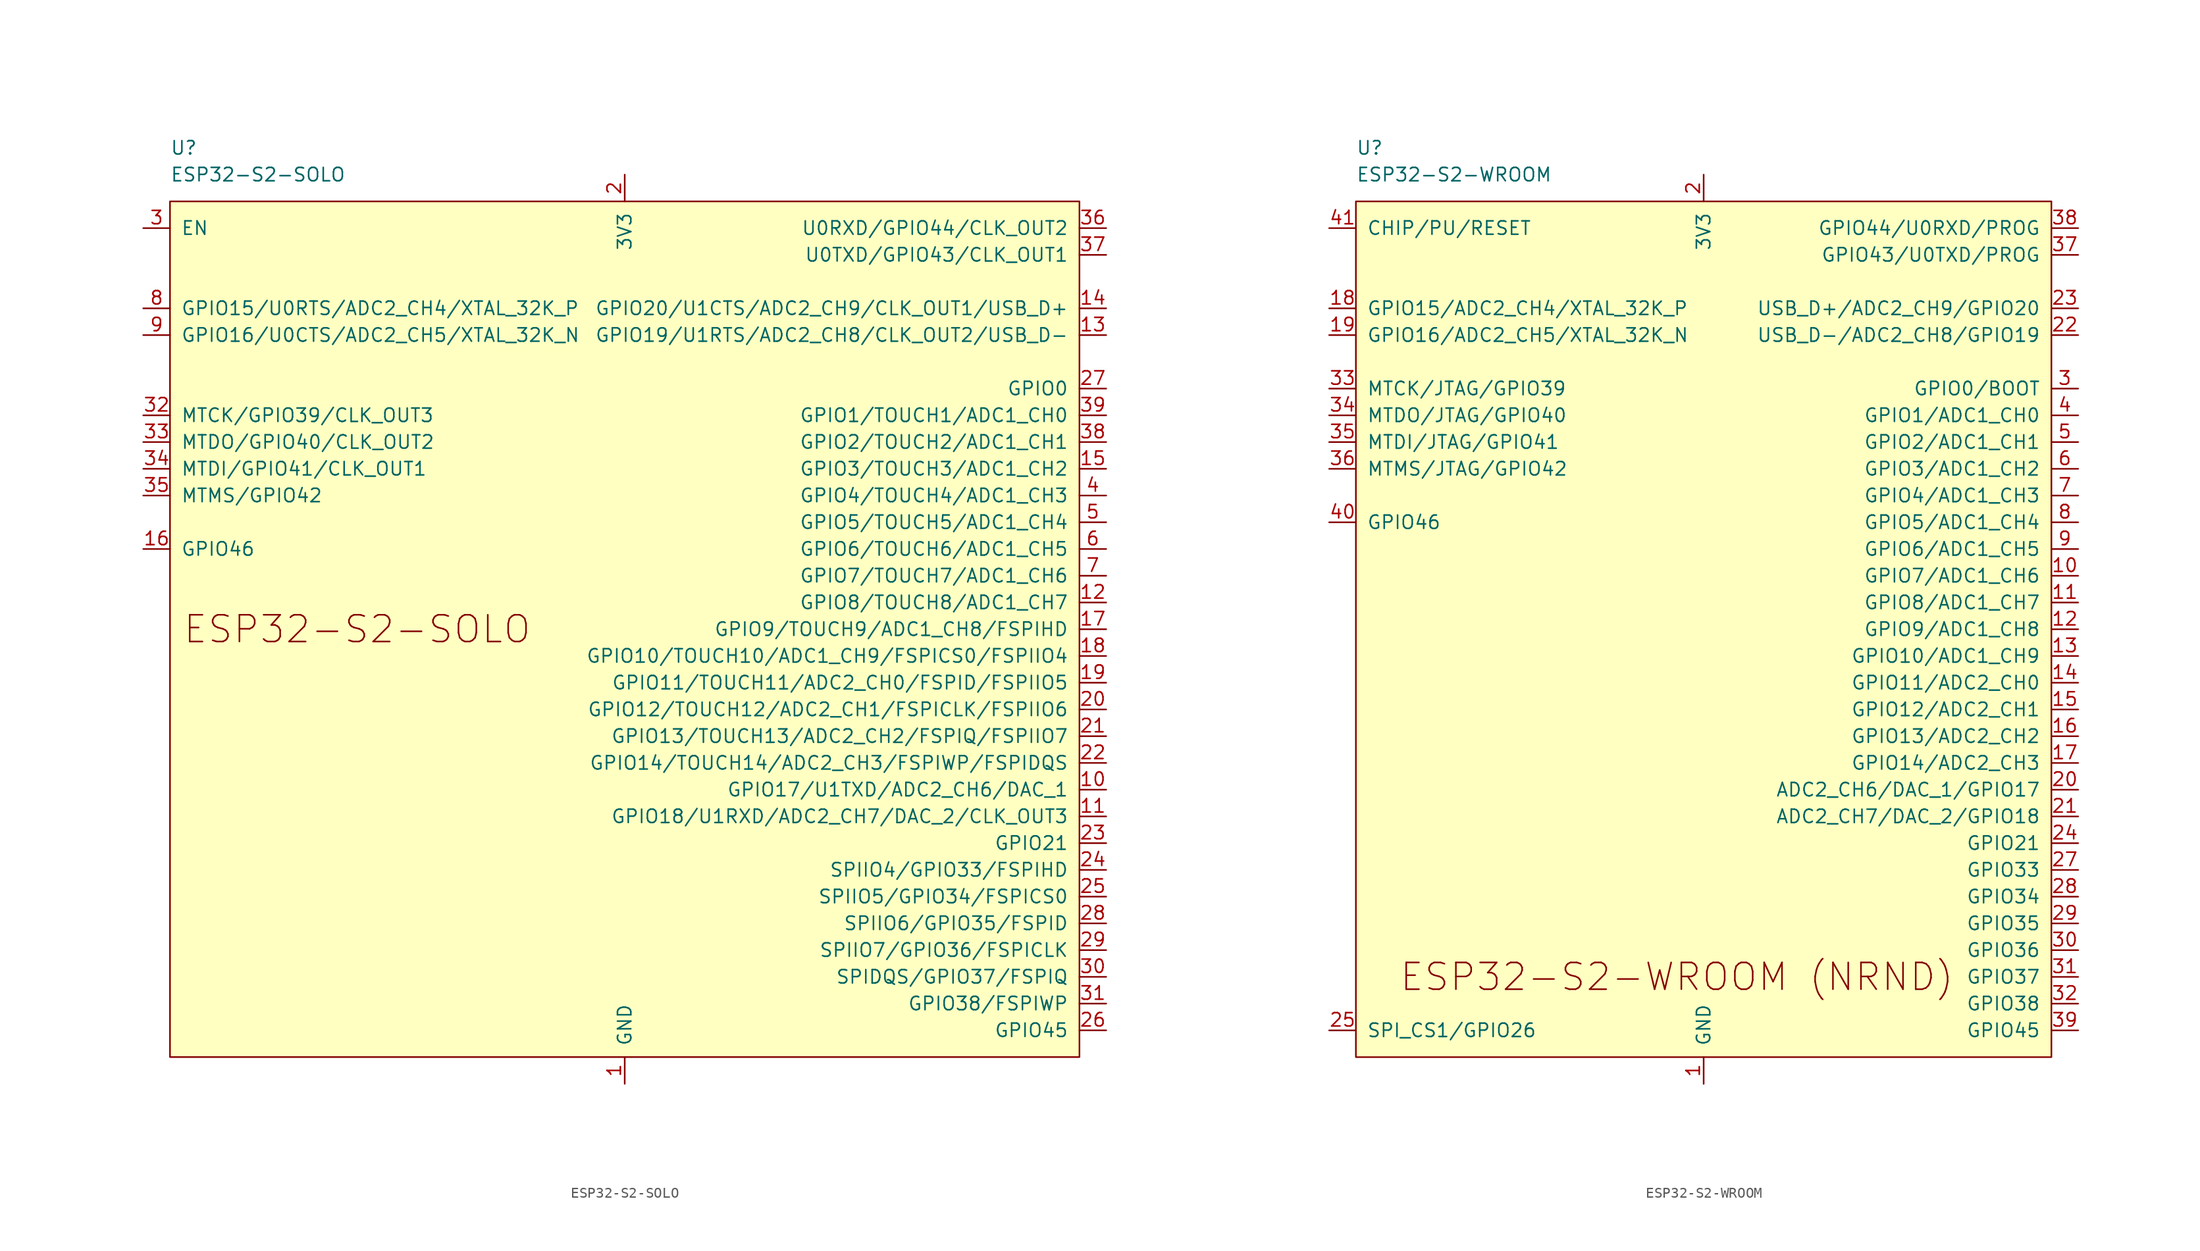
<source format=kicad_sym>
(kicad_symbol_lib
  (version 20241209)
  (generator "kicad_symbol_editor")
  (generator_version "9.0")
  (symbol "ESP32-S2-SOLO"
    (pin_names
      (offset 1.016))
    (property "Reference" "U"
      (at -43.18 45.72 0)
      (effects (font (size 1.27 1.27)) (justify left)))
    (property "Value" "ESP32-S2-SOLO"
      (at -43.18 43.18 0)
      (effects (font (size 1.27 1.27)) (justify left)))
    (symbol "ESP32-S2-SOLO_0_1"
      (rectangle (start -43.18 40.64) (end 43.18 -40.64) (stroke (width 0) (type default)) (fill (type background))))
    (symbol "ESP32-S2-SOLO_1_1"
      (text "ESP32-S2-SOLO" (at -25.4 0 0) (effects (font (size 2.54 2.54))))
      (pin bidirectional line (at -45.72 38.1 0) (length 2.54) (name "EN" (effects (font (size 1.27 1.27)))) (number "3" (effects (font (size 1.27 1.27)))))
      (pin bidirectional line (at -45.72 30.48 0) (length 2.54) (name "GPIO15/U0RTS/ADC2_CH4/XTAL_32K_P" (effects (font (size 1.27 1.27)))) (number "8" (effects (font (size 1.27 1.27)))))
      (pin bidirectional line (at -45.72 27.94 0) (length 2.54) (name "GPIO16/U0CTS/ADC2_CH5/XTAL_32K_N" (effects (font (size 1.27 1.27)))) (number "9" (effects (font (size 1.27 1.27)))))
      (pin bidirectional line (at -45.72 20.32 0) (length 2.54) (name "MTCK/GPIO39/CLK_OUT3" (effects (font (size 1.27 1.27)))) (number "32" (effects (font (size 1.27 1.27)))))
      (pin bidirectional line (at -45.72 17.78 0) (length 2.54) (name "MTDO/GPIO40/CLK_OUT2" (effects (font (size 1.27 1.27)))) (number "33" (effects (font (size 1.27 1.27)))))
      (pin bidirectional line (at -45.72 15.24 0) (length 2.54) (name "MTDI/GPIO41/CLK_OUT1" (effects (font (size 1.27 1.27)))) (number "34" (effects (font (size 1.27 1.27)))))
      (pin bidirectional line (at -45.72 12.7 0) (length 2.54) (name "MTMS/GPIO42" (effects (font (size 1.27 1.27)))) (number "35" (effects (font (size 1.27 1.27)))))
      (pin input line (at -45.72 7.62 0) (length 2.54) (name "GPIO46" (effects (font (size 1.27 1.27)))) (number "16" (effects (font (size 1.27 1.27)))))
      (pin power_in line (at 0 43.18 270) (length 2.54) (name "3V3" (effects (font (size 1.27 1.27)))) (number "2" (effects (font (size 1.27 1.27)))))
      (pin power_in line (at 0 -43.18 90) (length 2.54) (name "GND" (effects (font (size 1.27 1.27)))) (number "1" (effects (font (size 1.27 1.27)))))
      (pin passive line (at 0 -43.18 90) (length 2.54) (hide yes) (name "GND" (effects (font (size 1.27 1.27)))) (number "40" (effects (font (size 1.27 1.27)))))
      (pin passive line (at 0 -43.18 90) (length 2.54) (hide yes) (name "GND" (effects (font (size 1.27 1.27)))) (number "41" (effects (font (size 1.27 1.27)))))
      (pin bidirectional line (at 45.72 38.1 180) (length 2.54) (name "U0RXD/GPIO44/CLK_OUT2" (effects (font (size 1.27 1.27)))) (number "36" (effects (font (size 1.27 1.27)))))
      (pin bidirectional line (at 45.72 35.56 180) (length 2.54) (name "U0TXD/GPIO43/CLK_OUT1" (effects (font (size 1.27 1.27)))) (number "37" (effects (font (size 1.27 1.27)))))
      (pin bidirectional line (at 45.72 30.48 180) (length 2.54) (name "GPIO20/U1CTS/ADC2_CH9/CLK_OUT1/USB_D+" (effects (font (size 1.27 1.27)))) (number "14" (effects (font (size 1.27 1.27)))))
      (pin bidirectional line (at 45.72 27.94 180) (length 2.54) (name "GPIO19/U1RTS/ADC2_CH8/CLK_OUT2/USB_D-" (effects (font (size 1.27 1.27)))) (number "13" (effects (font (size 1.27 1.27)))))
      (pin bidirectional line (at 45.72 22.86 180) (length 2.54) (name "GPIO0" (effects (font (size 1.27 1.27)))) (number "27" (effects (font (size 1.27 1.27)))))
      (pin bidirectional line (at 45.72 20.32 180) (length 2.54) (name "GPIO1/TOUCH1/ADC1_CH0" (effects (font (size 1.27 1.27)))) (number "39" (effects (font (size 1.27 1.27)))))
      (pin bidirectional line (at 45.72 17.78 180) (length 2.54) (name "GPIO2/TOUCH2/ADC1_CH1" (effects (font (size 1.27 1.27)))) (number "38" (effects (font (size 1.27 1.27)))))
      (pin bidirectional line (at 45.72 15.24 180) (length 2.54) (name "GPIO3/TOUCH3/ADC1_CH2" (effects (font (size 1.27 1.27)))) (number "15" (effects (font (size 1.27 1.27)))))
      (pin bidirectional line (at 45.72 12.7 180) (length 2.54) (name "GPIO4/TOUCH4/ADC1_CH3" (effects (font (size 1.27 1.27)))) (number "4" (effects (font (size 1.27 1.27)))))
      (pin bidirectional line (at 45.72 10.16 180) (length 2.54) (name "GPIO5/TOUCH5/ADC1_CH4" (effects (font (size 1.27 1.27)))) (number "5" (effects (font (size 1.27 1.27)))))
      (pin bidirectional line (at 45.72 7.62 180) (length 2.54) (name "GPIO6/TOUCH6/ADC1_CH5" (effects (font (size 1.27 1.27)))) (number "6" (effects (font (size 1.27 1.27)))))
      (pin bidirectional line (at 45.72 5.08 180) (length 2.54) (name "GPIO7/TOUCH7/ADC1_CH6" (effects (font (size 1.27 1.27)))) (number "7" (effects (font (size 1.27 1.27)))))
      (pin bidirectional line (at 45.72 2.54 180) (length 2.54) (name "GPIO8/TOUCH8/ADC1_CH7" (effects (font (size 1.27 1.27)))) (number "12" (effects (font (size 1.27 1.27)))))
      (pin bidirectional line (at 45.72 0 180) (length 2.54) (name "GPIO9/TOUCH9/ADC1_CH8/FSPIHD" (effects (font (size 1.27 1.27)))) (number "17" (effects (font (size 1.27 1.27)))))
      (pin bidirectional line (at 45.72 -2.54 180) (length 2.54) (name "GPIO10/TOUCH10/ADC1_CH9/FSPICS0/FSPIIO4" (effects (font (size 1.27 1.27)))) (number "18" (effects (font (size 1.27 1.27)))))
      (pin bidirectional line (at 45.72 -5.08 180) (length 2.54) (name "GPIO11/TOUCH11/ADC2_CH0/FSPID/FSPIIO5" (effects (font (size 1.27 1.27)))) (number "19" (effects (font (size 1.27 1.27)))))
      (pin bidirectional line (at 45.72 -7.62 180) (length 2.54) (name "GPIO12/TOUCH12/ADC2_CH1/FSPICLK/FSPIIO6" (effects (font (size 1.27 1.27)))) (number "20" (effects (font (size 1.27 1.27)))))
      (pin bidirectional line (at 45.72 -10.16 180) (length 2.54) (name "GPIO13/TOUCH13/ADC2_CH2/FSPIQ/FSPIIO7" (effects (font (size 1.27 1.27)))) (number "21" (effects (font (size 1.27 1.27)))))
      (pin bidirectional line (at 45.72 -12.7 180) (length 2.54) (name "GPIO14/TOUCH14/ADC2_CH3/FSPIWP/FSPIDQS" (effects (font (size 1.27 1.27)))) (number "22" (effects (font (size 1.27 1.27)))))
      (pin bidirectional line (at 45.72 -15.24 180) (length 2.54) (name "GPIO17/U1TXD/ADC2_CH6/DAC_1" (effects (font (size 1.27 1.27)))) (number "10" (effects (font (size 1.27 1.27)))))
      (pin bidirectional line (at 45.72 -17.78 180) (length 2.54) (name "GPIO18/U1RXD/ADC2_CH7/DAC_2/CLK_OUT3" (effects (font (size 1.27 1.27)))) (number "11" (effects (font (size 1.27 1.27)))))
      (pin bidirectional line (at 45.72 -20.32 180) (length 2.54) (name "GPIO21" (effects (font (size 1.27 1.27)))) (number "23" (effects (font (size 1.27 1.27)))))
      (pin bidirectional line (at 45.72 -22.86 180) (length 2.54) (name "SPIIO4/GPIO33/FSPIHD" (effects (font (size 1.27 1.27)))) (number "24" (effects (font (size 1.27 1.27)))))
      (pin bidirectional line (at 45.72 -25.4 180) (length 2.54) (name "SPIIO5/GPIO34/FSPICS0" (effects (font (size 1.27 1.27)))) (number "25" (effects (font (size 1.27 1.27)))))
      (pin bidirectional line (at 45.72 -27.94 180) (length 2.54) (name "SPIIO6/GPIO35/FSPID" (effects (font (size 1.27 1.27)))) (number "28" (effects (font (size 1.27 1.27)))))
      (pin bidirectional line (at 45.72 -30.48 180) (length 2.54) (name "SPIIO7/GPIO36/FSPICLK" (effects (font (size 1.27 1.27)))) (number "29" (effects (font (size 1.27 1.27)))))
      (pin bidirectional line (at 45.72 -33.02 180) (length 2.54) (name "SPIDQS/GPIO37/FSPIQ" (effects (font (size 1.27 1.27)))) (number "30" (effects (font (size 1.27 1.27)))))
      (pin bidirectional line (at 45.72 -35.56 180) (length 2.54) (name "GPIO38/FSPIWP" (effects (font (size 1.27 1.27)))) (number "31" (effects (font (size 1.27 1.27)))))
      (pin bidirectional line (at 45.72 -38.1 180) (length 2.54) (name "GPIO45" (effects (font (size 1.27 1.27)))) (number "26" (effects (font (size 1.27 1.27)))))))
  (symbol "ESP32-S2-WROOM"
    (pin_names
      (offset 1.016))
    (property "Reference" "U"
      (at -33.02 45.72 0)
      (effects (font (size 1.27 1.27)) (justify left)))
    (property "Value" "ESP32-S2-WROOM"
      (at -33.02 43.18 0)
      (effects (font (size 1.27 1.27)) (justify left)))
    (symbol "ESP32-S2-WROOM_0_0"
      (pin passive line (at 0 -43.18 90) (length 2.54) (hide yes) (name "GND" (effects (font (size 1.27 1.27)))) (number "43" (effects (font (size 1.27 1.27))))))
    (symbol "ESP32-S2-WROOM_0_1"
      (rectangle (start -33.02 40.64) (end 33.02 -40.64) (stroke (width 0) (type default)) (fill (type background))))
    (symbol "ESP32-S2-WROOM_1_1"
      (text "ESP32-S2-WROOM (NRND)" (at -2.54 -33.02 0) (effects (font (size 2.54 2.54))))
      (pin input line (at -35.56 38.1 0) (length 2.54) (name "CHIP/PU/RESET" (effects (font (size 1.27 1.27)))) (number "41" (effects (font (size 1.27 1.27)))))
      (pin bidirectional line (at -35.56 30.48 0) (length 2.54) (name "GPIO15/ADC2_CH4/XTAL_32K_P" (effects (font (size 1.27 1.27)))) (number "18" (effects (font (size 1.27 1.27)))))
      (pin bidirectional line (at -35.56 27.94 0) (length 2.54) (name "GPIO16/ADC2_CH5/XTAL_32K_N" (effects (font (size 1.27 1.27)))) (number "19" (effects (font (size 1.27 1.27)))))
      (pin bidirectional line (at -35.56 22.86 0) (length 2.54) (name "MTCK/JTAG/GPIO39" (effects (font (size 1.27 1.27)))) (number "33" (effects (font (size 1.27 1.27)))))
      (pin bidirectional line (at -35.56 20.32 0) (length 2.54) (name "MTDO/JTAG/GPIO40" (effects (font (size 1.27 1.27)))) (number "34" (effects (font (size 1.27 1.27)))))
      (pin bidirectional line (at -35.56 17.78 0) (length 2.54) (name "MTDI/JTAG/GPIO41" (effects (font (size 1.27 1.27)))) (number "35" (effects (font (size 1.27 1.27)))))
      (pin bidirectional line (at -35.56 15.24 0) (length 2.54) (name "MTMS/JTAG/GPIO42" (effects (font (size 1.27 1.27)))) (number "36" (effects (font (size 1.27 1.27)))))
      (pin input line (at -35.56 10.16 0) (length 2.54) (name "GPIO46" (effects (font (size 1.27 1.27)))) (number "40" (effects (font (size 1.27 1.27)))))
      (pin bidirectional line (at -35.56 -38.1 0) (length 2.54) (name "SPI_CS1/GPIO26" (effects (font (size 1.27 1.27)))) (number "25" (effects (font (size 1.27 1.27)))))
      (pin power_in line (at 0 43.18 270) (length 2.54) (name "3V3" (effects (font (size 1.27 1.27)))) (number "2" (effects (font (size 1.27 1.27)))))
      (pin power_in line (at 0 -43.18 90) (length 2.54) (name "GND" (effects (font (size 1.27 1.27)))) (number "1" (effects (font (size 1.27 1.27)))))
      (pin passive line (at 0 -43.18 90) (length 2.54) (hide yes) (name "GND" (effects (font (size 1.27 1.27)))) (number "26" (effects (font (size 1.27 1.27)))))
      (pin passive line (at 0 -43.18 90) (length 2.54) (hide yes) (name "GND" (effects (font (size 1.27 1.27)))) (number "42" (effects (font (size 1.27 1.27)))))
      (pin bidirectional line (at 35.56 38.1 180) (length 2.54) (name "GPIO44/U0RXD/PROG" (effects (font (size 1.27 1.27)))) (number "38" (effects (font (size 1.27 1.27)))))
      (pin bidirectional line (at 35.56 35.56 180) (length 2.54) (name "GPIO43/U0TXD/PROG" (effects (font (size 1.27 1.27)))) (number "37" (effects (font (size 1.27 1.27)))))
      (pin bidirectional line (at 35.56 30.48 180) (length 2.54) (name "USB_D+/ADC2_CH9/GPIO20" (effects (font (size 1.27 1.27)))) (number "23" (effects (font (size 1.27 1.27)))))
      (pin bidirectional line (at 35.56 27.94 180) (length 2.54) (name "USB_D-/ADC2_CH8/GPIO19" (effects (font (size 1.27 1.27)))) (number "22" (effects (font (size 1.27 1.27)))))
      (pin bidirectional line (at 35.56 22.86 180) (length 2.54) (name "GPIO0/BOOT" (effects (font (size 1.27 1.27)))) (number "3" (effects (font (size 1.27 1.27)))))
      (pin bidirectional line (at 35.56 20.32 180) (length 2.54) (name "GPIO1/ADC1_CH0" (effects (font (size 1.27 1.27)))) (number "4" (effects (font (size 1.27 1.27)))))
      (pin bidirectional line (at 35.56 17.78 180) (length 2.54) (name "GPIO2/ADC1_CH1" (effects (font (size 1.27 1.27)))) (number "5" (effects (font (size 1.27 1.27)))))
      (pin bidirectional line (at 35.56 15.24 180) (length 2.54) (name "GPIO3/ADC1_CH2" (effects (font (size 1.27 1.27)))) (number "6" (effects (font (size 1.27 1.27)))))
      (pin bidirectional line (at 35.56 12.7 180) (length 2.54) (name "GPIO4/ADC1_CH3" (effects (font (size 1.27 1.27)))) (number "7" (effects (font (size 1.27 1.27)))))
      (pin bidirectional line (at 35.56 10.16 180) (length 2.54) (name "GPIO5/ADC1_CH4" (effects (font (size 1.27 1.27)))) (number "8" (effects (font (size 1.27 1.27)))))
      (pin bidirectional line (at 35.56 7.62 180) (length 2.54) (name "GPIO6/ADC1_CH5" (effects (font (size 1.27 1.27)))) (number "9" (effects (font (size 1.27 1.27)))))
      (pin bidirectional line (at 35.56 5.08 180) (length 2.54) (name "GPIO7/ADC1_CH6" (effects (font (size 1.27 1.27)))) (number "10" (effects (font (size 1.27 1.27)))))
      (pin bidirectional line (at 35.56 2.54 180) (length 2.54) (name "GPIO8/ADC1_CH7" (effects (font (size 1.27 1.27)))) (number "11" (effects (font (size 1.27 1.27)))))
      (pin bidirectional line (at 35.56 0 180) (length 2.54) (name "GPIO9/ADC1_CH8" (effects (font (size 1.27 1.27)))) (number "12" (effects (font (size 1.27 1.27)))))
      (pin bidirectional line (at 35.56 -2.54 180) (length 2.54) (name "GPIO10/ADC1_CH9" (effects (font (size 1.27 1.27)))) (number "13" (effects (font (size 1.27 1.27)))))
      (pin bidirectional line (at 35.56 -5.08 180) (length 2.54) (name "GPIO11/ADC2_CH0" (effects (font (size 1.27 1.27)))) (number "14" (effects (font (size 1.27 1.27)))))
      (pin bidirectional line (at 35.56 -7.62 180) (length 2.54) (name "GPIO12/ADC2_CH1" (effects (font (size 1.27 1.27)))) (number "15" (effects (font (size 1.27 1.27)))))
      (pin bidirectional line (at 35.56 -10.16 180) (length 2.54) (name "GPIO13/ADC2_CH2" (effects (font (size 1.27 1.27)))) (number "16" (effects (font (size 1.27 1.27)))))
      (pin bidirectional line (at 35.56 -12.7 180) (length 2.54) (name "GPIO14/ADC2_CH3" (effects (font (size 1.27 1.27)))) (number "17" (effects (font (size 1.27 1.27)))))
      (pin bidirectional line (at 35.56 -15.24 180) (length 2.54) (name "ADC2_CH6/DAC_1/GPIO17" (effects (font (size 1.27 1.27)))) (number "20" (effects (font (size 1.27 1.27)))))
      (pin bidirectional line (at 35.56 -17.78 180) (length 2.54) (name "ADC2_CH7/DAC_2/GPIO18" (effects (font (size 1.27 1.27)))) (number "21" (effects (font (size 1.27 1.27)))))
      (pin bidirectional line (at 35.56 -20.32 180) (length 2.54) (name "GPIO21" (effects (font (size 1.27 1.27)))) (number "24" (effects (font (size 1.27 1.27)))))
      (pin bidirectional line (at 35.56 -22.86 180) (length 2.54) (name "GPIO33" (effects (font (size 1.27 1.27)))) (number "27" (effects (font (size 1.27 1.27)))))
      (pin bidirectional line (at 35.56 -25.4 180) (length 2.54) (name "GPIO34" (effects (font (size 1.27 1.27)))) (number "28" (effects (font (size 1.27 1.27)))))
      (pin bidirectional line (at 35.56 -27.94 180) (length 2.54) (name "GPIO35" (effects (font (size 1.27 1.27)))) (number "29" (effects (font (size 1.27 1.27)))))
      (pin bidirectional line (at 35.56 -30.48 180) (length 2.54) (name "GPIO36" (effects (font (size 1.27 1.27)))) (number "30" (effects (font (size 1.27 1.27)))))
      (pin bidirectional line (at 35.56 -33.02 180) (length 2.54) (name "GPIO37" (effects (font (size 1.27 1.27)))) (number "31" (effects (font (size 1.27 1.27)))))
      (pin bidirectional line (at 35.56 -35.56 180) (length 2.54) (name "GPIO38" (effects (font (size 1.27 1.27)))) (number "32" (effects (font (size 1.27 1.27)))))
      (pin bidirectional line (at 35.56 -38.1 180) (length 2.54) (name "GPIO45" (effects (font (size 1.27 1.27)))) (number "39" (effects (font (size 1.27 1.27))))))))
</source>
